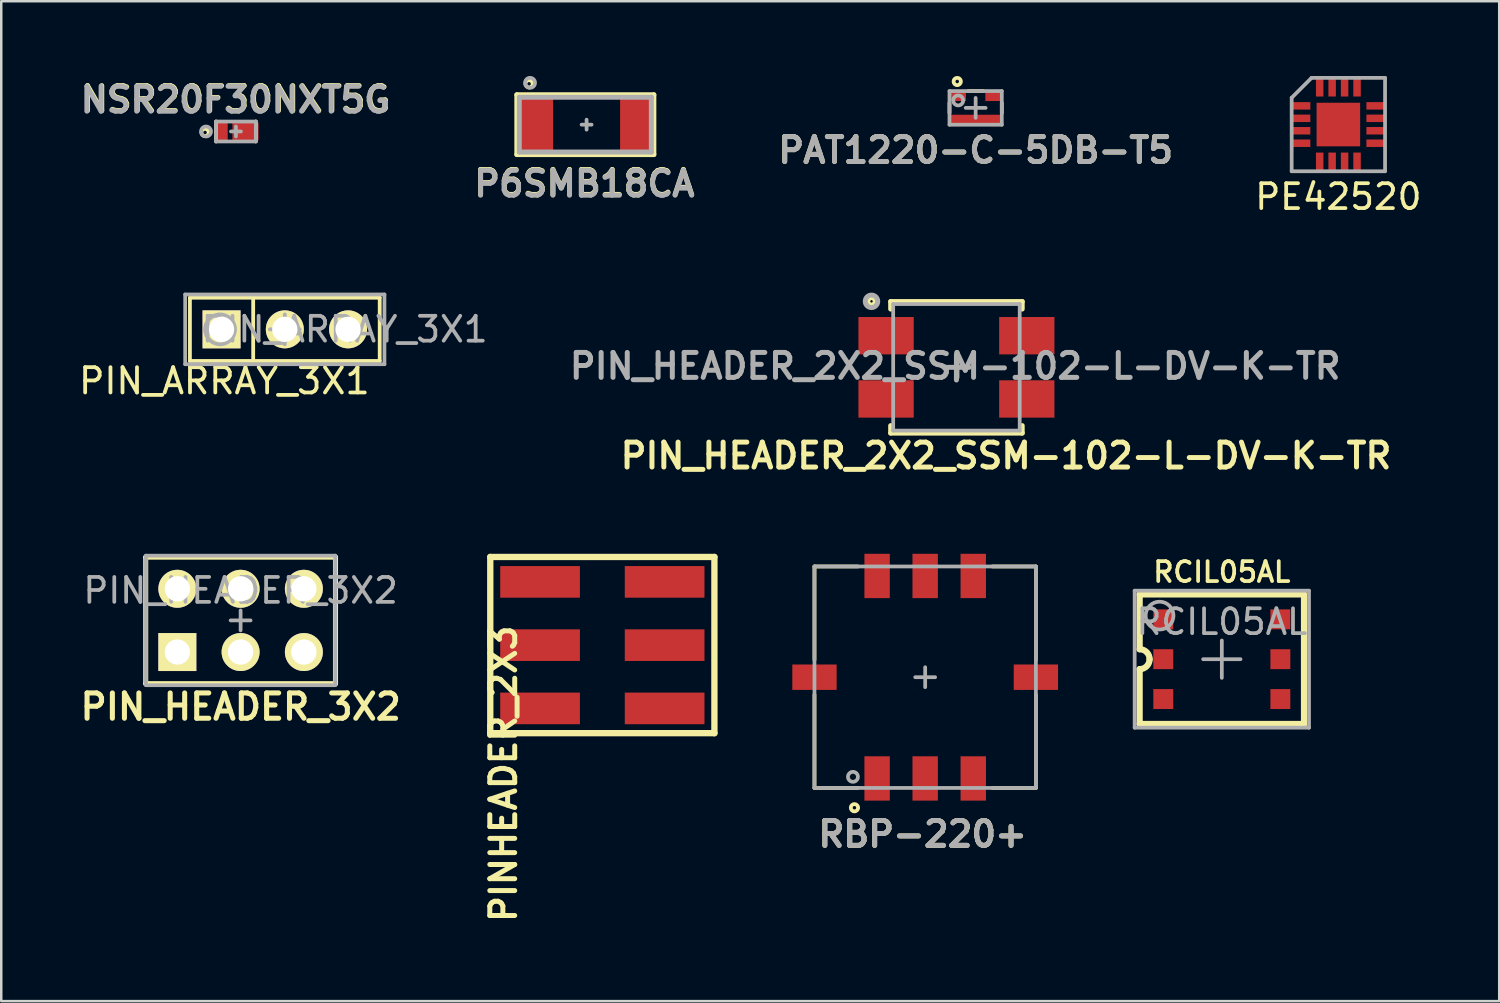
<source format=kicad_pcb>
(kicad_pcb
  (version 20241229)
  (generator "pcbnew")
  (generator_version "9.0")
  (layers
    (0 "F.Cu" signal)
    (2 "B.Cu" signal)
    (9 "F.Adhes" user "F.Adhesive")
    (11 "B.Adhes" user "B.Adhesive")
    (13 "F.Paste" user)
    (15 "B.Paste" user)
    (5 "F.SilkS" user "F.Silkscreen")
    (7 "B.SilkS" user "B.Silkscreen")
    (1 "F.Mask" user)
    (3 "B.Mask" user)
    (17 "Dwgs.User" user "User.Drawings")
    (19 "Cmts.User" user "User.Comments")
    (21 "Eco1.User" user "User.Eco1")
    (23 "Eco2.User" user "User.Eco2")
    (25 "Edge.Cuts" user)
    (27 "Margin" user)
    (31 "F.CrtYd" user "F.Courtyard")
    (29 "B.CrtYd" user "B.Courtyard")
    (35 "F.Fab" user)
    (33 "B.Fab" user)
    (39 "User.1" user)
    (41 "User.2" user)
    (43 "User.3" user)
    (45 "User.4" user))
  (footprint "PIN_ARRAY_3X1"
    (layer "F.Cu")
    (at 8.385 10.173)
    (property "Reference" "PIN_ARRAY_3X1" (at -2.428 2.072 0) (layer "F.SilkS") (effects (font (size 1.016 1.016) (thickness 0.152))))
    (attr through_hole)
    (fp_line (start -3.81 -1.27) (end 3.81 -1.27) (stroke (width 0.152) (type solid)) (layer "F.SilkS"))
    (fp_line (start -3.81 1.27) (end -3.81 -1.27) (stroke (width 0.152) (type solid)) (layer "F.SilkS"))
    (fp_line (start -1.27 -1.27) (end -1.27 1.27) (stroke (width 0.152) (type solid)) (layer "F.SilkS"))
    (fp_line (start 3.81 -1.27) (end 3.81 1.27) (stroke (width 0.152) (type solid)) (layer "F.SilkS"))
    (fp_line (start 3.81 1.27) (end -3.81 1.27) (stroke (width 0.152) (type solid)) (layer "F.SilkS"))
    (fp_line (start -4 -1.4) (end 4 -1.4) (stroke (width 0.15) (type solid)) (layer "F.Fab"))
    (fp_line (start -4 1.4) (end -4 -1.4) (stroke (width 0.15) (type solid)) (layer "F.Fab"))
    (fp_line (start -0.6 0) (end 0.6 0) (stroke (width 0.15) (type solid)) (layer "F.Fab"))
    (fp_line (start 0 -0.6) (end 0 0.6) (stroke (width 0.15) (type solid)) (layer "F.Fab"))
    (fp_line (start 4 -1.4) (end 4 1.4) (stroke (width 0.15) (type solid)) (layer "F.Fab"))
    (fp_line (start 4 1.4) (end -4 1.4) (stroke (width 0.15) (type solid)) (layer "F.Fab"))
    (fp_circle (center -2.6 0) (end -2 0) (stroke (width 0.15) (type solid)) (fill no) (layer "F.Fab"))
    (fp_text user "${REFERENCE}" (at 2.4 0 0) (layer "F.Fab") (effects (font (size 1 1) (thickness 0.15))))
    (pad "1" thru_hole rect (at -2.54 0) (size 1.524 1.524) (drill 1.016) (layers "*.Cu" "*.Mask" "F.SilkS"))
    (pad "2" thru_hole circle (at 0 0) (size 1.524 1.524) (drill 1.016) (layers "*.Cu" "*.Mask" "F.SilkS"))
    (pad "3" thru_hole circle (at 2.54 0) (size 1.524 1.524) (drill 1.016) (layers "*.Cu" "*.Mask" "F.SilkS")))
  (footprint "RBP-220+"
    (layer "F.Cu")
    (at 34.095 24.139)
    (property "Reference" "RBP-220+" (at -0.1 6.3 0) (layer "F.SilkS") (effects (font (size 1 1) (thickness 0.2))))
    (attr through_hole)
    (fp_line (start -4.445 -4.445) (end -4.445 -0.7) (stroke (width 0.15) (type solid)) (layer "F.SilkS"))
    (fp_line (start -4.445 -4.445) (end -2.7 -4.445) (stroke (width 0.15) (type solid)) (layer "F.SilkS"))
    (fp_line (start -4.445 0.7) (end -4.445 4.445) (stroke (width 0.15) (type solid)) (layer "F.SilkS"))
    (fp_line (start -4.445 4.445) (end -2.7 4.445) (stroke (width 0.15) (type solid)) (layer "F.SilkS"))
    (fp_line (start 2.7 -4.445) (end 4.445 -4.445) (stroke (width 0.15) (type solid)) (layer "F.SilkS"))
    (fp_line (start 2.7 4.445) (end 4.445 4.445) (stroke (width 0.15) (type solid)) (layer "F.SilkS"))
    (fp_line (start 4.445 -4.445) (end 4.445 -0.7) (stroke (width 0.15) (type solid)) (layer "F.SilkS"))
    (fp_line (start 4.445 0.7) (end 4.445 4.445) (stroke (width 0.15) (type solid)) (layer "F.SilkS"))
    (fp_circle (center -2.84 5.24) (end -2.733 5.34) (stroke (width 0.152) (type solid)) (fill no) (layer "F.SilkS"))
    (fp_line (start -4.445 -4.445) (end -4.445 4.445) (stroke (width 0.15) (type solid)) (layer "F.Fab"))
    (fp_line (start -0.4 0) (end 0.4 0) (stroke (width 0.15) (type solid)) (layer "F.Fab"))
    (fp_line (start 0 -0.4) (end 0 0.4) (stroke (width 0.15) (type solid)) (layer "F.Fab"))
    (fp_line (start 4.445 -4.445) (end -4.445 -4.445) (stroke (width 0.15) (type solid)) (layer "F.Fab"))
    (fp_line (start 4.445 -4.445) (end 4.445 4.445) (stroke (width 0.15) (type solid)) (layer "F.Fab"))
    (fp_line (start 4.445 4.445) (end -4.445 4.445) (stroke (width 0.15) (type solid)) (layer "F.Fab"))
    (fp_circle (center -2.9 4) (end -2.7 4) (stroke (width 0.15) (type solid)) (fill no) (layer "F.Fab"))
    (fp_text user "${REFERENCE}" (at -0.1 6.3 0) (layer "F.Fab") (effects (font (size 1 1) (thickness 0.2))))
    (pad "1" smd rect (at -1.93 4.065) (size 1.02 1.78) (layers "F.Cu" "F.Mask" "F.Paste"))
    (pad "2" smd rect (at 0 4.065) (size 1.02 1.78) (layers "F.Cu" "F.Mask" "F.Paste"))
    (pad "3" smd rect (at 1.93 4.065) (size 1.02 1.78) (layers "F.Cu" "F.Mask" "F.Paste"))
    (pad "4" smd rect (at 4.445 0) (size 1.78 1.02) (layers "F.Cu" "F.Mask" "F.Paste"))
    (pad "5" smd rect (at 1.93 -4.065) (size 1.02 1.78) (layers "F.Cu" "F.Mask" "F.Paste"))
    (pad "6" smd rect (at 0 -4.065) (size 1.02 1.78) (layers "F.Cu" "F.Mask" "F.Paste"))
    (pad "7" smd rect (at -1.93 -4.065) (size 1.02 1.78) (layers "F.Cu" "F.Mask" "F.Paste"))
    (pad "8" smd rect (at -4.445 0) (size 1.78 1.02) (layers "F.Cu" "F.Mask" "F.Paste")))
  (footprint "PE42520"
    (layer "F.Cu")
    (at 50.684 1.95)
    (property "Reference" "PE42520" (at 0 2.9 0) (layer "F.SilkS") (effects (font (size 1 1) (thickness 0.15))))
    (attr smd)
    (fp_line (start -1.875 -1.075) (end -1.075 -1.875) (stroke (width 0.15) (type solid)) (layer "F.Fab"))
    (fp_line (start -1.875 1.875) (end -1.875 -1.075) (stroke (width 0.15) (type solid)) (layer "F.Fab"))
    (fp_line (start -1.075 -1.875) (end 1.875 -1.875) (stroke (width 0.15) (type solid)) (layer "F.Fab"))
    (fp_line (start 1.875 -1.875) (end 1.875 1.875) (stroke (width 0.15) (type solid)) (layer "F.Fab"))
    (fp_line (start 1.875 1.875) (end -1.875 1.875) (stroke (width 0.15) (type solid)) (layer "F.Fab"))
    (pad "1" smd rect (at -1.5 -0.75) (size 0.75 0.3) (layers "F.Cu" "F.Mask" "F.Paste"))
    (pad "2" smd rect (at -1.5 -0.25) (size 0.75 0.3) (layers "F.Cu" "F.Mask" "F.Paste"))
    (pad "3" smd rect (at -1.5 0.25) (size 0.75 0.3) (layers "F.Cu" "F.Mask" "F.Paste"))
    (pad "4" smd rect (at -1.5 0.75) (size 0.75 0.3) (layers "F.Cu" "F.Mask" "F.Paste"))
    (pad "5" smd rect (at -0.75 1.5) (size 0.3 0.75) (layers "F.Cu" "F.Mask" "F.Paste"))
    (pad "6" smd rect (at -0.25 1.5) (size 0.3 0.75) (layers "F.Cu" "F.Mask" "F.Paste"))
    (pad "7" smd rect (at 0.25 1.5) (size 0.3 0.75) (layers "F.Cu" "F.Mask" "F.Paste"))
    (pad "8" smd rect (at 0.75 1.5) (size 0.3 0.75) (layers "F.Cu" "F.Mask" "F.Paste"))
    (pad "9" smd rect (at 1.5 0.75) (size 0.75 0.3) (layers "F.Cu" "F.Mask" "F.Paste"))
    (pad "10" smd rect (at 1.5 0.25) (size 0.75 0.3) (layers "F.Cu" "F.Mask" "F.Paste"))
    (pad "11" smd rect (at 1.5 -0.25) (size 0.75 0.3) (layers "F.Cu" "F.Mask" "F.Paste"))
    (pad "12" smd rect (at 1.5 -0.75) (size 0.75 0.3) (layers "F.Cu" "F.Mask" "F.Paste"))
    (pad "13" smd rect (at 0.75 -1.5) (size 0.3 0.75) (layers "F.Cu" "F.Mask" "F.Paste"))
    (pad "14" smd rect (at 0.25 -1.5) (size 0.3 0.75) (layers "F.Cu" "F.Mask" "F.Paste"))
    (pad "15" smd rect (at -0.25 -1.5) (size 0.3 0.75) (layers "F.Cu" "F.Mask" "F.Paste"))
    (pad "16" smd rect (at -0.75 -1.5) (size 0.3 0.75) (layers "F.Cu" "F.Mask" "F.Paste"))
    (pad "17" smd rect (at 0 0 90) (size 1.75 1.75) (layers "F.Cu" "F.Mask" "F.Paste")))
  (footprint "PINHEADER_2X3"
    (layer "F.Cu")
    (at 21.208 22.887)
    (property "Reference" "PINHEADER_2X3" (at -4.045 5.128 90) (layer "F.SilkS") (effects (font (size 1 1) (thickness 0.2))))
    (attr through_hole)
    (fp_line (start -4.574 -3.576) (end 4.425 -3.576) (stroke (width 0.254) (type solid)) (layer "F.SilkS"))
    (fp_line (start -4.574 3.5) (end -4.574 -3.576) (stroke (width 0.254) (type solid)) (layer "F.SilkS"))
    (fp_line (start 4.425 -3.576) (end 4.425 3.5) (stroke (width 0.254) (type solid)) (layer "F.SilkS"))
    (fp_line (start 4.425 3.5) (end -4.574 3.5) (stroke (width 0.254) (type solid)) (layer "F.SilkS"))
    (pad "1" smd rect (at -2.575 -2.575) (size 3.2 1.27) (layers "F.Cu" "F.Mask" "F.Paste"))
    (pad "2" smd rect (at 2.426 -2.575) (size 3.2 1.27) (layers "F.Cu" "F.Mask" "F.Paste"))
    (pad "3" smd rect (at -2.575 -0.035) (size 3.2 1.27) (layers "F.Cu" "F.Mask" "F.Paste"))
    (pad "4" smd rect (at 2.426 -0.035) (size 3.2 1.27) (layers "F.Cu" "F.Mask" "F.Paste"))
    (pad "5" smd rect (at -2.575 2.505) (size 3.2 1.27) (layers "F.Cu" "F.Mask" "F.Paste"))
    (pad "6" smd rect (at 2.426 2.505) (size 3.2 1.27) (layers "F.Cu" "F.Mask" "F.Paste")))
  (footprint "PIN_HEADER_3X2"
    (layer "F.Cu")
    (at 6.61 21.859)
    (property "Reference" "PIN_HEADER_3X2" (at 0.004 3.468 0) (layer "F.SilkS") (effects (font (size 1.016 1.016) (thickness 0.203))))
    (attr through_hole)
    (fp_line (start -3.81 -2.54) (end 3.81 -2.54) (stroke (width 0.203) (type solid)) (layer "F.SilkS"))
    (fp_line (start -3.81 2.54) (end -3.81 -2.54) (stroke (width 0.203) (type solid)) (layer "F.SilkS"))
    (fp_line (start 3.81 -2.54) (end 3.81 2.54) (stroke (width 0.203) (type solid)) (layer "F.SilkS"))
    (fp_line (start 3.81 2.54) (end -3.81 2.54) (stroke (width 0.203) (type solid)) (layer "F.SilkS"))
    (fp_line (start -3.8 -2.6) (end 3.8 -2.6) (stroke (width 0.15) (type solid)) (layer "F.Fab"))
    (fp_line (start -3.8 2.6) (end -3.8 -2.6) (stroke (width 0.15) (type solid)) (layer "F.Fab"))
    (fp_line (start -0.4 0) (end 0.4 0) (stroke (width 0.15) (type solid)) (layer "F.Fab"))
    (fp_line (start 0 -0.4) (end 0 0.4) (stroke (width 0.15) (type solid)) (layer "F.Fab"))
    (fp_line (start 3.8 -2.6) (end 3.8 2.6) (stroke (width 0.15) (type solid)) (layer "F.Fab"))
    (fp_line (start 3.8 2.6) (end -3.8 2.6) (stroke (width 0.15) (type solid)) (layer "F.Fab"))
    (fp_circle (center -2.6 1.4) (end -2.4 1.2) (stroke (width 0.15) (type solid)) (fill no) (layer "F.Fab"))
    (fp_text user "${REFERENCE}" (at 0 -1.2 0) (layer "F.Fab") (effects (font (size 1 1) (thickness 0.15))))
    (pad "1" thru_hole rect (at -2.54 1.27) (size 1.524 1.524) (drill 1.016) (layers "*.Cu" "*.Mask" "F.SilkS"))
    (pad "2" thru_hole circle (at -2.54 -1.27) (size 1.524 1.524) (drill 1.016) (layers "*.Cu" "*.Mask" "F.SilkS"))
    (pad "3" thru_hole circle (at 0 1.27) (size 1.524 1.524) (drill 1.016) (layers "*.Cu" "*.Mask" "F.SilkS"))
    (pad "4" thru_hole circle (at 0 -1.27) (size 1.524 1.524) (drill 1.016) (layers "*.Cu" "*.Mask" "F.SilkS"))
    (pad "5" thru_hole circle (at 2.54 1.27) (size 1.524 1.524) (drill 1.016) (layers "*.Cu" "*.Mask" "F.SilkS"))
    (pad "6" thru_hole circle (at 2.54 -1.27) (size 1.524 1.524) (drill 1.016) (layers "*.Cu" "*.Mask" "F.SilkS")))
  (footprint "NSR20F30NXT5G"
    (layer "F.Cu")
    (at 6.422 2.229)
    (property "Reference" "NSR20F30NXT5G" (at -0.006 -1.293 0) (layer "F.SilkS") (effects (font (size 1 1) (thickness 0.2))))
    (attr smd)
    (fp_line (start -0.8 -0.4) (end -0.8 0.4) (stroke (width 0.15) (type solid)) (layer "F.SilkS"))
    (fp_line (start 0.8 -0.4) (end 0.8 0.4) (stroke (width 0.15) (type solid)) (layer "F.SilkS"))
    (fp_circle (center -1.24 0.04) (end -1.133 0.14) (stroke (width 0.152) (type solid)) (fill no) (layer "F.SilkS"))
    (fp_line (start -0.8 -0.4) (end -0.8 0.4) (stroke (width 0.15) (type solid)) (layer "F.Fab"))
    (fp_line (start -0.8 -0.4) (end 0.8 -0.4) (stroke (width 0.15) (type solid)) (layer "F.Fab"))
    (fp_line (start -0.8 0.4) (end 0.8 0.4) (stroke (width 0.15) (type solid)) (layer "F.Fab"))
    (fp_line (start -0.2 0) (end 0.2 0) (stroke (width 0.15) (type solid)) (layer "F.Fab"))
    (fp_line (start 0 -0.2) (end 0 0.2) (stroke (width 0.15) (type solid)) (layer "F.Fab"))
    (fp_line (start 0.8 -0.4) (end 0.8 0.4) (stroke (width 0.15) (type solid)) (layer "F.Fab"))
    (fp_circle (center -1.2 0) (end -1 0) (stroke (width 0.15) (type solid)) (fill no) (layer "F.Fab"))
    (fp_text user "${REFERENCE}" (at -0.032 -1.268 0) (layer "F.Fab") (effects (font (size 1 1) (thickness 0.2))))
    (pad "1" smd rect (at -0.59 0) (size 0.52 0.7) (layers "F.Cu" "F.Mask" "F.Paste"))
    (pad "2" smd rect (at 0.384 0) (size 1.05 0.7) (layers "F.Cu" "F.Mask" "F.Paste")))
  (footprint "PAT1220-C-5DB-T5"
    (layer "F.Cu")
    (at 36.121 1.282)
    (property "Reference" "PAT1220-C-5DB-T5" (at 0 1.7 0) (layer "F.SilkS") (effects (font (size 1 1) (thickness 0.2))))
    (attr through_hole)
    (fp_line (start -1.05 0.2) (end -1.05 -0.2) (stroke (width 0.15) (type solid)) (layer "F.SilkS"))
    (fp_line (start -0.3 -0.675) (end 0.3 -0.675) (stroke (width 0.15) (type solid)) (layer "F.SilkS"))
    (fp_line (start 1.05 0.2) (end 1.05 -0.2) (stroke (width 0.15) (type solid)) (layer "F.SilkS"))
    (fp_circle (center -0.74 -1.06) (end -0.633 -0.96) (stroke (width 0.152) (type solid)) (fill no) (layer "F.SilkS"))
    (fp_line (start -1.05 -0.675) (end -1.05 0.675) (stroke (width 0.15) (type solid)) (layer "F.Fab"))
    (fp_line (start -0.4 0) (end 0.4 0) (stroke (width 0.15) (type solid)) (layer "F.Fab"))
    (fp_line (start 0 -0.4) (end 0 0.4) (stroke (width 0.15) (type solid)) (layer "F.Fab"))
    (fp_line (start 1.05 -0.675) (end -1.05 -0.675) (stroke (width 0.15) (type solid)) (layer "F.Fab"))
    (fp_line (start 1.05 -0.675) (end 1.05 0.675) (stroke (width 0.15) (type solid)) (layer "F.Fab"))
    (fp_line (start 1.05 0.675) (end -1.05 0.675) (stroke (width 0.15) (type solid)) (layer "F.Fab"))
    (fp_circle (center -0.7 -0.3) (end -0.5 -0.3) (stroke (width 0.15) (type solid)) (fill no) (layer "F.Fab"))
    (fp_text user "${REFERENCE}" (at 0 1.7 0) (layer "F.Fab") (effects (font (size 1 1) (thickness 0.2))))
    (pad "1" smd rect (at -0.74 -0.475) (size 0.7 0.4) (layers "F.Cu" "F.Mask" "F.Paste"))
    (pad "2" smd rect (at 0.74 -0.475) (size 0.7 0.4) (layers "F.Cu" "F.Mask" "F.Paste"))
    (pad "3" smd rect (at 0 0.475) (size 2.1 0.4) (layers "F.Cu" "F.Mask" "F.Paste")))
  (footprint "P6SMB18CA"
    (layer "F.Cu")
    (at 20.501 1.955)
    (property "Reference" "P6SMB18CA" (at -0.09 2.35 0) (layer "F.SilkS") (effects (font (size 1 1) (thickness 0.2))))
    (attr through_hole)
    (fp_line (start -2.8 1.2) (end -2.8 -1.2) (stroke (width 0.2) (type solid)) (layer "F.SilkS"))
    (fp_line (start -2.7 1.2) (end -2.8 1.2) (stroke (width 0.2) (type solid)) (layer "F.SilkS"))
    (fp_line (start 2.7 -1.2) (end -2.8 -1.2) (stroke (width 0.2) (type solid)) (layer "F.SilkS"))
    (fp_line (start 2.7 -1.2) (end 2.7 1.2) (stroke (width 0.2) (type solid)) (layer "F.SilkS"))
    (fp_line (start 2.7 1.2) (end -2.7 1.2) (stroke (width 0.2) (type solid)) (layer "F.SilkS"))
    (fp_circle (center -2.31 -1.64) (end -2.203 -1.54) (stroke (width 0.152) (type solid)) (fill no) (layer "F.SilkS"))
    (fp_line (start -2.7 -1.1) (end 2.6 -1.1) (stroke (width 0.2) (type solid)) (layer "F.Fab"))
    (fp_line (start -2.7 1.1) (end -2.7 -1.1) (stroke (width 0.2) (type solid)) (layer "F.Fab"))
    (fp_line (start -0.2 0) (end 0.2 0) (stroke (width 0.15) (type solid)) (layer "F.Fab"))
    (fp_line (start 0 -0.2) (end 0 0.2) (stroke (width 0.15) (type solid)) (layer "F.Fab"))
    (fp_line (start 2.6 -1.1) (end 2.6 1.1) (stroke (width 0.2) (type solid)) (layer "F.Fab"))
    (fp_line (start 2.6 1.1) (end -2.7 1.1) (stroke (width 0.2) (type solid)) (layer "F.Fab"))
    (fp_circle (center -2.27 -1.68) (end -2.07 -1.68) (stroke (width 0.15) (type solid)) (fill no) (layer "F.Fab"))
    (fp_text user "${REFERENCE}" (at -0.09 2.38 0) (layer "F.Fab") (effects (font (size 1 1) (thickness 0.2))))
    (pad "1" smd rect (at -1.98 0) (size 1.27 2.1) (layers "F.Cu" "F.Mask" "F.Paste"))
    (pad "2" smd rect (at 1.98 0) (size 1.27 2.1) (layers "F.Cu" "F.Mask" "F.Paste")))
  (footprint "PIN_HEADER_2X2_SSM-102-L-DV-K-TR"
    (layer "F.Cu")
    (at 35.35 11.698)
    (property "Reference" "PIN_HEADER_2X2_SSM-102-L-DV-K-TR" (at 1.99 3.55 0) (layer "F.SilkS") (effects (font (size 1 1) (thickness 0.2))))
    (attr through_hole)
    (fp_line (start -2.64 -2.64) (end -2.64 -2.34) (stroke (width 0.2) (type solid)) (layer "F.SilkS"))
    (fp_line (start -2.64 -2.64) (end 2.64 -2.64) (stroke (width 0.2) (type solid)) (layer "F.SilkS"))
    (fp_line (start -2.64 2.64) (end -2.64 2.34) (stroke (width 0.2) (type solid)) (layer "F.SilkS"))
    (fp_line (start -2.64 2.64) (end 2.64 2.64) (stroke (width 0.2) (type solid)) (layer "F.SilkS"))
    (fp_line (start 2.64 -2.64) (end 2.64 -2.34) (stroke (width 0.2) (type solid)) (layer "F.SilkS"))
    (fp_line (start 2.64 2.64) (end 2.64 2.34) (stroke (width 0.2) (type solid)) (layer "F.SilkS"))
    (fp_circle (center -3.41 -2.65) (end -3.26 -2.65) (stroke (width 0.2) (type solid)) (fill no) (layer "F.SilkS"))
    (fp_line (start -2.54 2.54) (end -2.54 -2.54) (stroke (width 0.15) (type solid)) (layer "F.Fab"))
    (fp_line (start -2.54 2.54) (end 2.54 2.54) (stroke (width 0.15) (type solid)) (layer "F.Fab"))
    (fp_line (start -0.508 0) (end 0.508 0) (stroke (width 0.2) (type solid)) (layer "F.Fab"))
    (fp_line (start 0 -0.508) (end 0 0.508) (stroke (width 0.2) (type solid)) (layer "F.Fab"))
    (fp_line (start 2.54 -2.54) (end -2.54 -2.54) (stroke (width 0.15) (type solid)) (layer "F.Fab"))
    (fp_line (start 2.54 2.54) (end 2.54 -2.54) (stroke (width 0.15) (type solid)) (layer "F.Fab"))
    (fp_circle (center -3.41 -2.65) (end -3.16 -2.65) (stroke (width 0.2) (type solid)) (fill no) (layer "F.Fab"))
    (fp_text user "${REFERENCE}" (at -0.05 -0.05 0) (layer "F.Fab") (effects (font (size 1 1) (thickness 0.2))))
    (pad "1" smd rect (at -2.825 -1.27) (size 2.22 1.5) (layers "F.Cu" "F.Mask" "F.Paste"))
    (pad "2" smd rect (at -2.825 1.27) (size 2.22 1.5) (layers "F.Cu" "F.Mask" "F.Paste"))
    (pad "3" smd rect (at 2.825 1.27) (size 2.22 1.5) (layers "F.Cu" "F.Mask" "F.Paste"))
    (pad "4" smd rect (at 2.825 -1.27) (size 2.22 1.5) (layers "F.Cu" "F.Mask" "F.Paste")))
  (footprint "RCIL05AL"
    (layer "F.Cu")
    (at 46.005 23.416)
    (property "Reference" "RCIL05AL" (at 0 -3.5 0) (layer "F.SilkS") (effects (font (size 0.8 0.8) (thickness 0.15))))
    (attr smd)
    (fp_line (start -3.3 -2.6) (end -3.3 -0.4) (stroke (width 0.25) (type solid)) (layer "F.SilkS"))
    (fp_line (start -3.3 2.6) (end -3.3 0.4) (stroke (width 0.25) (type solid)) (layer "F.SilkS"))
    (fp_line (start -3.3 2.6) (end 3.3 2.6) (stroke (width 0.25) (type solid)) (layer "F.SilkS"))
    (fp_line (start 3.3 -2.6) (end -3.3 -2.6) (stroke (width 0.25) (type solid)) (layer "F.SilkS"))
    (fp_line (start 3.3 2.6) (end 3.3 -2.6) (stroke (width 0.25) (type solid)) (layer "F.SilkS"))
    (fp_arc (start -3.3 -0.4) (mid -3.017157 -0.282843) (end -2.9 0) (stroke (width 0.25) (type solid)) (layer "F.SilkS"))
    (fp_arc (start -2.9 0) (mid -3.017157 0.282843) (end -3.3 0.4) (stroke (width 0.25) (type solid)) (layer "F.SilkS"))
    (fp_line (start -3.5 -2.75) (end 3.5 -2.75) (stroke (width 0.15) (type solid)) (layer "F.Fab"))
    (fp_line (start -3.5 2.75) (end -3.5 -2.75) (stroke (width 0.15) (type solid)) (layer "F.Fab"))
    (fp_line (start -0.75 0) (end 0.75 0) (stroke (width 0.15) (type solid)) (layer "F.Fab"))
    (fp_line (start 0 -0.75) (end 0 0.75) (stroke (width 0.15) (type solid)) (layer "F.Fab"))
    (fp_line (start 3.5 -2.75) (end 3.5 2.75) (stroke (width 0.15) (type solid)) (layer "F.Fab"))
    (fp_line (start 3.5 2.75) (end -3.5 2.75) (stroke (width 0.15) (type solid)) (layer "F.Fab"))
    (fp_circle (center -2.5 -1.75) (end -2 -1.5) (stroke (width 0.15) (type solid)) (fill no) (layer "F.Fab"))
    (fp_text user "${REFERENCE}" (at 0 -1.5 0) (layer "F.Fab") (effects (font (size 1 1) (thickness 0.15))))
    (pad "1" smd rect (at -2.35 -1.6) (size 0.8 0.8) (layers "F.Cu" "F.Mask" "F.Paste"))
    (pad "2" smd rect (at -2.35 0) (size 0.8 0.8) (layers "F.Cu" "F.Mask" "F.Paste"))
    (pad "3" smd rect (at -2.35 1.6) (size 0.8 0.8) (layers "F.Cu" "F.Mask" "F.Paste"))
    (pad "4" smd rect (at 2.35 1.6) (size 0.8 0.8) (layers "F.Cu" "F.Mask" "F.Paste"))
    (pad "5" smd rect (at 2.35 0) (size 0.8 0.8) (layers "F.Cu" "F.Mask" "F.Paste"))
    (pad "6" smd rect (at 2.35 -1.6) (size 0.8 0.8) (layers "F.Cu" "F.Mask" "F.Paste")))
  (gr_rect
    (start -3 -3)
    (end 57.142 37.144)
    (stroke (width 0.1) (type default))
    (fill no)
    (layer "Edge.Cuts")))
</source>
